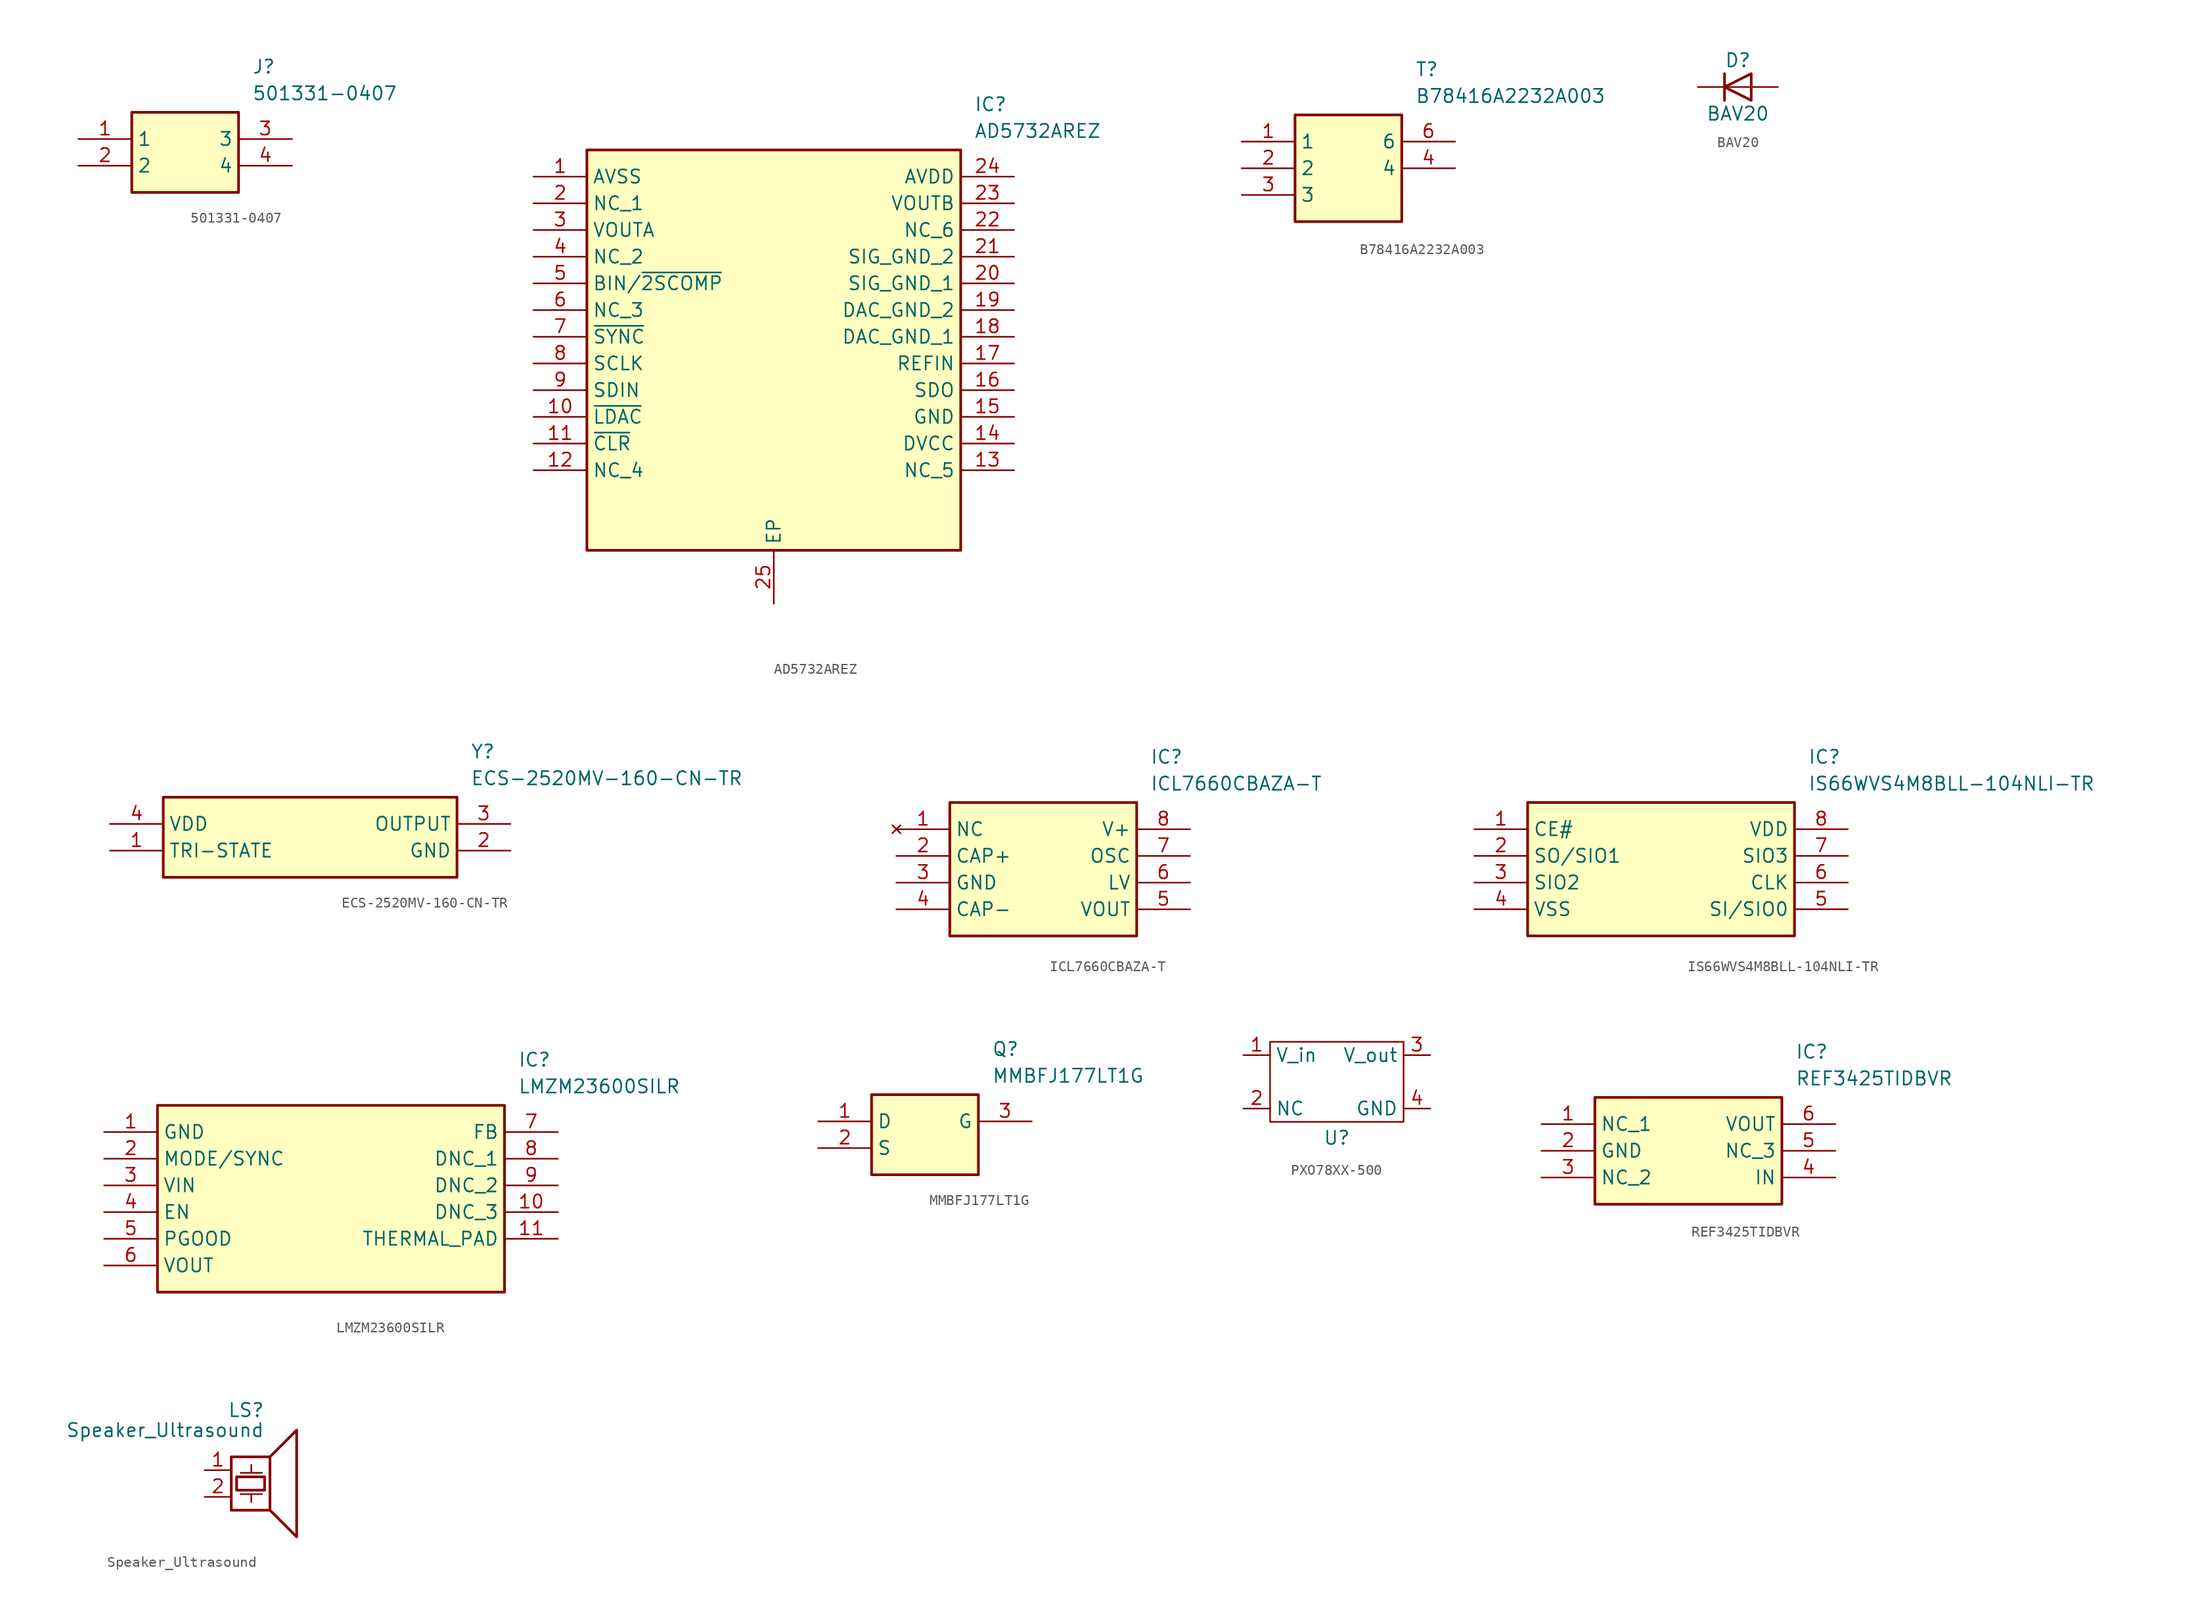
<source format=kicad_sym>
(kicad_symbol_lib
  (version 20231120)
  (generator "kicad_symbol_editor")
  (generator_version "8.0")
  (symbol "501331-0407"
    (property "Reference" "J"
      (at 16.51 7.62 0)
      (effects (font (size 1.27 1.27)) (justify left top)))
    (property "Value" "501331-0407"
      (at 16.51 5.08 0)
      (effects (font (size 1.27 1.27)) (justify left top)))
    (symbol "501331-0407_1_1"
      (rectangle (start 5.08 2.54) (end 15.24 -5.08) (stroke (width 0.254) (type default)) (fill (type background)))
      (pin passive line (at 0 0 0) (length 5.08) (name "1" (effects (font (size 1.27 1.27)))) (number "1" (effects (font (size 1.27 1.27)))))
      (pin passive line (at 0 -2.54 0) (length 5.08) (name "2" (effects (font (size 1.27 1.27)))) (number "2" (effects (font (size 1.27 1.27)))))
      (pin passive line (at 20.32 0 180) (length 5.08) (name "3" (effects (font (size 1.27 1.27)))) (number "3" (effects (font (size 1.27 1.27)))))
      (pin passive line (at 20.32 -2.54 180) (length 5.08) (name "4" (effects (font (size 1.27 1.27)))) (number "4" (effects (font (size 1.27 1.27)))))))
  (symbol "AD5732AREZ"
    (property "Reference" "IC"
      (at 41.91 7.62 0)
      (effects (font (size 1.27 1.27)) (justify left top)))
    (property "Value" "AD5732AREZ"
      (at 41.91 5.08 0)
      (effects (font (size 1.27 1.27)) (justify left top)))
    (symbol "AD5732AREZ_1_1"
      (rectangle (start 5.08 2.54) (end 40.64 -35.56) (stroke (width 0.254) (type default)) (fill (type background)))
      (pin passive line (at 0 0 0) (length 5.08) (name "AVSS" (effects (font (size 1.27 1.27)))) (number "1" (effects (font (size 1.27 1.27)))))
      (pin passive line (at 0 -22.86 0) (length 5.08) (name "~{LDAC}" (effects (font (size 1.27 1.27)))) (number "10" (effects (font (size 1.27 1.27)))))
      (pin passive line (at 0 -25.4 0) (length 5.08) (name "~{CLR}" (effects (font (size 1.27 1.27)))) (number "11" (effects (font (size 1.27 1.27)))))
      (pin passive line (at 0 -27.94 0) (length 5.08) (name "NC_4" (effects (font (size 1.27 1.27)))) (number "12" (effects (font (size 1.27 1.27)))))
      (pin passive line (at 45.72 -27.94 180) (length 5.08) (name "NC_5" (effects (font (size 1.27 1.27)))) (number "13" (effects (font (size 1.27 1.27)))))
      (pin passive line (at 45.72 -25.4 180) (length 5.08) (name "DVCC" (effects (font (size 1.27 1.27)))) (number "14" (effects (font (size 1.27 1.27)))))
      (pin passive line (at 45.72 -22.86 180) (length 5.08) (name "GND" (effects (font (size 1.27 1.27)))) (number "15" (effects (font (size 1.27 1.27)))))
      (pin passive line (at 45.72 -20.32 180) (length 5.08) (name "SDO" (effects (font (size 1.27 1.27)))) (number "16" (effects (font (size 1.27 1.27)))))
      (pin passive line (at 45.72 -17.78 180) (length 5.08) (name "REFIN" (effects (font (size 1.27 1.27)))) (number "17" (effects (font (size 1.27 1.27)))))
      (pin passive line (at 45.72 -15.24 180) (length 5.08) (name "DAC_GND_1" (effects (font (size 1.27 1.27)))) (number "18" (effects (font (size 1.27 1.27)))))
      (pin passive line (at 45.72 -12.7 180) (length 5.08) (name "DAC_GND_2" (effects (font (size 1.27 1.27)))) (number "19" (effects (font (size 1.27 1.27)))))
      (pin passive line (at 0 -2.54 0) (length 5.08) (name "NC_1" (effects (font (size 1.27 1.27)))) (number "2" (effects (font (size 1.27 1.27)))))
      (pin passive line (at 45.72 -10.16 180) (length 5.08) (name "SIG_GND_1" (effects (font (size 1.27 1.27)))) (number "20" (effects (font (size 1.27 1.27)))))
      (pin passive line (at 45.72 -7.62 180) (length 5.08) (name "SIG_GND_2" (effects (font (size 1.27 1.27)))) (number "21" (effects (font (size 1.27 1.27)))))
      (pin passive line (at 45.72 -5.08 180) (length 5.08) (name "NC_6" (effects (font (size 1.27 1.27)))) (number "22" (effects (font (size 1.27 1.27)))))
      (pin passive line (at 45.72 -2.54 180) (length 5.08) (name "VOUTB" (effects (font (size 1.27 1.27)))) (number "23" (effects (font (size 1.27 1.27)))))
      (pin passive line (at 45.72 0 180) (length 5.08) (name "AVDD" (effects (font (size 1.27 1.27)))) (number "24" (effects (font (size 1.27 1.27)))))
      (pin passive line (at 22.86 -40.64 90) (length 5.08) (name "EP" (effects (font (size 1.27 1.27)))) (number "25" (effects (font (size 1.27 1.27)))))
      (pin passive line (at 0 -5.08 0) (length 5.08) (name "VOUTA" (effects (font (size 1.27 1.27)))) (number "3" (effects (font (size 1.27 1.27)))))
      (pin passive line (at 0 -7.62 0) (length 5.08) (name "NC_2" (effects (font (size 1.27 1.27)))) (number "4" (effects (font (size 1.27 1.27)))))
      (pin passive line (at 0 -10.16 0) (length 5.08) (name "BIN/~{2SCOMP}" (effects (font (size 1.27 1.27)))) (number "5" (effects (font (size 1.27 1.27)))))
      (pin passive line (at 0 -12.7 0) (length 5.08) (name "NC_3" (effects (font (size 1.27 1.27)))) (number "6" (effects (font (size 1.27 1.27)))))
      (pin passive line (at 0 -15.24 0) (length 5.08) (name "~{SYNC}" (effects (font (size 1.27 1.27)))) (number "7" (effects (font (size 1.27 1.27)))))
      (pin passive line (at 0 -17.78 0) (length 5.08) (name "SCLK" (effects (font (size 1.27 1.27)))) (number "8" (effects (font (size 1.27 1.27)))))
      (pin passive line (at 0 -20.32 0) (length 5.08) (name "SDIN" (effects (font (size 1.27 1.27)))) (number "9" (effects (font (size 1.27 1.27)))))))
  (symbol "B78416A2232A003"
    (property "Reference" "T"
      (at 16.51 7.62 0)
      (effects (font (size 1.27 1.27)) (justify left top)))
    (property "Value" "B78416A2232A003"
      (at 16.51 5.08 0)
      (effects (font (size 1.27 1.27)) (justify left top)))
    (symbol "B78416A2232A003_1_1"
      (rectangle (start 5.08 2.54) (end 15.24 -7.62) (stroke (width 0.254) (type default)) (fill (type background)))
      (pin passive line (at 0 0 0) (length 5.08) (name "1" (effects (font (size 1.27 1.27)))) (number "1" (effects (font (size 1.27 1.27)))))
      (pin passive line (at 0 -2.54 0) (length 5.08) (name "2" (effects (font (size 1.27 1.27)))) (number "2" (effects (font (size 1.27 1.27)))))
      (pin passive line (at 0 -5.08 0) (length 5.08) (name "3" (effects (font (size 1.27 1.27)))) (number "3" (effects (font (size 1.27 1.27)))))
      (pin passive line (at 20.32 -2.54 180) (length 5.08) (name "4" (effects (font (size 1.27 1.27)))) (number "4" (effects (font (size 1.27 1.27)))))
      (pin passive line (at 20.32 0 180) (length 5.08) (name "6" (effects (font (size 1.27 1.27)))) (number "6" (effects (font (size 1.27 1.27)))))))
  (symbol "BAV20"
    (pin_numbers hide)
    (pin_names hide)
    (property "Reference" "D"
      (at 0 2.54 0)
      (effects (font (size 1.27 1.27))))
    (property "Value" "BAV20"
      (at 0 -2.54 0)
      (effects (font (size 1.27 1.27))))
    (symbol "BAV20_0_1"
      (polyline (pts (xy -1.27 1.27) (xy -1.27 -1.27)) (stroke (width 0.254) (type default)) (fill (type none)))
      (polyline (pts (xy 1.27 0) (xy -1.27 0)) (stroke (width 0) (type default)) (fill (type none)))
      (polyline (pts (xy 1.27 1.27) (xy 1.27 -1.27) (xy -1.27 0) (xy 1.27 1.27)) (stroke (width 0.254) (type default)) (fill (type none))))
    (symbol "BAV20_1_1"
      (pin passive line (at -3.81 0 0) (length 2.54) (name "K" (effects (font (size 1.27 1.27)))) (number "1" (effects (font (size 1.27 1.27)))))
      (pin passive line (at 3.81 0 180) (length 2.54) (name "A" (effects (font (size 1.27 1.27)))) (number "2" (effects (font (size 1.27 1.27)))))))
  (symbol "ECS-2520MV-160-CN-TR"
    (property "Reference" "Y"
      (at 34.29 7.62 0)
      (effects (font (size 1.27 1.27)) (justify left top)))
    (property "Value" "ECS-2520MV-160-CN-TR"
      (at 34.29 5.08 0)
      (effects (font (size 1.27 1.27)) (justify left top)))
    (symbol "ECS-2520MV-160-CN-TR_1_1"
      (rectangle (start 5.08 2.54) (end 33.02 -5.08) (stroke (width 0.254) (type default)) (fill (type background)))
      (pin passive line (at 0 -2.54 0) (length 5.08) (name "TRI-STATE" (effects (font (size 1.27 1.27)))) (number "1" (effects (font (size 1.27 1.27)))))
      (pin passive line (at 38.1 -2.54 180) (length 5.08) (name "GND" (effects (font (size 1.27 1.27)))) (number "2" (effects (font (size 1.27 1.27)))))
      (pin passive line (at 38.1 0 180) (length 5.08) (name "OUTPUT" (effects (font (size 1.27 1.27)))) (number "3" (effects (font (size 1.27 1.27)))))
      (pin passive line (at 0 0 0) (length 5.08) (name "VDD" (effects (font (size 1.27 1.27)))) (number "4" (effects (font (size 1.27 1.27)))))))
  (symbol "ICL7660CBAZA-T"
    (property "Reference" "IC"
      (at 24.13 7.62 0)
      (effects (font (size 1.27 1.27)) (justify left top)))
    (property "Value" "ICL7660CBAZA-T"
      (at 24.13 5.08 0)
      (effects (font (size 1.27 1.27)) (justify left top)))
    (symbol "ICL7660CBAZA-T_1_1"
      (rectangle (start 5.08 2.54) (end 22.86 -10.16) (stroke (width 0.254) (type default)) (fill (type background)))
      (pin no_connect line (at 0 0 0) (length 5.08) (name "NC" (effects (font (size 1.27 1.27)))) (number "1" (effects (font (size 1.27 1.27)))))
      (pin passive line (at 0 -2.54 0) (length 5.08) (name "CAP+" (effects (font (size 1.27 1.27)))) (number "2" (effects (font (size 1.27 1.27)))))
      (pin passive line (at 0 -5.08 0) (length 5.08) (name "GND" (effects (font (size 1.27 1.27)))) (number "3" (effects (font (size 1.27 1.27)))))
      (pin passive line (at 0 -7.62 0) (length 5.08) (name "CAP-" (effects (font (size 1.27 1.27)))) (number "4" (effects (font (size 1.27 1.27)))))
      (pin passive line (at 27.94 -7.62 180) (length 5.08) (name "VOUT" (effects (font (size 1.27 1.27)))) (number "5" (effects (font (size 1.27 1.27)))))
      (pin passive line (at 27.94 -5.08 180) (length 5.08) (name "LV" (effects (font (size 1.27 1.27)))) (number "6" (effects (font (size 1.27 1.27)))))
      (pin passive line (at 27.94 -2.54 180) (length 5.08) (name "OSC" (effects (font (size 1.27 1.27)))) (number "7" (effects (font (size 1.27 1.27)))))
      (pin passive line (at 27.94 0 180) (length 5.08) (name "V+" (effects (font (size 1.27 1.27)))) (number "8" (effects (font (size 1.27 1.27)))))))
  (symbol "IS66WVS4M8BLL-104NLI-TR"
    (property "Reference" "IC"
      (at 31.75 7.62 0)
      (effects (font (size 1.27 1.27)) (justify left top)))
    (property "Value" "IS66WVS4M8BLL-104NLI-TR"
      (at 31.75 5.08 0)
      (effects (font (size 1.27 1.27)) (justify left top)))
    (symbol "IS66WVS4M8BLL-104NLI-TR_1_1"
      (rectangle (start 5.08 2.54) (end 30.48 -10.16) (stroke (width 0.254) (type default)) (fill (type background)))
      (pin passive line (at 0 0 0) (length 5.08) (name "CE#" (effects (font (size 1.27 1.27)))) (number "1" (effects (font (size 1.27 1.27)))))
      (pin passive line (at 0 -2.54 0) (length 5.08) (name "SO/SIO1" (effects (font (size 1.27 1.27)))) (number "2" (effects (font (size 1.27 1.27)))))
      (pin passive line (at 0 -5.08 0) (length 5.08) (name "SIO2" (effects (font (size 1.27 1.27)))) (number "3" (effects (font (size 1.27 1.27)))))
      (pin passive line (at 0 -7.62 0) (length 5.08) (name "VSS" (effects (font (size 1.27 1.27)))) (number "4" (effects (font (size 1.27 1.27)))))
      (pin passive line (at 35.56 -7.62 180) (length 5.08) (name "SI/SIO0" (effects (font (size 1.27 1.27)))) (number "5" (effects (font (size 1.27 1.27)))))
      (pin passive line (at 35.56 -5.08 180) (length 5.08) (name "CLK" (effects (font (size 1.27 1.27)))) (number "6" (effects (font (size 1.27 1.27)))))
      (pin passive line (at 35.56 -2.54 180) (length 5.08) (name "SIO3" (effects (font (size 1.27 1.27)))) (number "7" (effects (font (size 1.27 1.27)))))
      (pin passive line (at 35.56 0 180) (length 5.08) (name "VDD" (effects (font (size 1.27 1.27)))) (number "8" (effects (font (size 1.27 1.27)))))))
  (symbol "LMZM23600SILR"
    (property "Reference" "IC"
      (at 39.37 7.62 0)
      (effects (font (size 1.27 1.27)) (justify left top)))
    (property "Value" "LMZM23600SILR"
      (at 39.37 5.08 0)
      (effects (font (size 1.27 1.27)) (justify left top)))
    (symbol "LMZM23600SILR_1_1"
      (rectangle (start 5.08 2.54) (end 38.1 -15.24) (stroke (width 0.254) (type default)) (fill (type background)))
      (pin passive line (at 0 0 0) (length 5.08) (name "GND" (effects (font (size 1.27 1.27)))) (number "1" (effects (font (size 1.27 1.27)))))
      (pin passive line (at 43.18 -7.62 180) (length 5.08) (name "DNC_3" (effects (font (size 1.27 1.27)))) (number "10" (effects (font (size 1.27 1.27)))))
      (pin passive line (at 43.18 -10.16 180) (length 5.08) (name "THERMAL_PAD" (effects (font (size 1.27 1.27)))) (number "11" (effects (font (size 1.27 1.27)))))
      (pin passive line (at 0 -2.54 0) (length 5.08) (name "MODE/SYNC" (effects (font (size 1.27 1.27)))) (number "2" (effects (font (size 1.27 1.27)))))
      (pin passive line (at 0 -5.08 0) (length 5.08) (name "VIN" (effects (font (size 1.27 1.27)))) (number "3" (effects (font (size 1.27 1.27)))))
      (pin passive line (at 0 -7.62 0) (length 5.08) (name "EN" (effects (font (size 1.27 1.27)))) (number "4" (effects (font (size 1.27 1.27)))))
      (pin passive line (at 0 -10.16 0) (length 5.08) (name "PGOOD" (effects (font (size 1.27 1.27)))) (number "5" (effects (font (size 1.27 1.27)))))
      (pin passive line (at 0 -12.7 0) (length 5.08) (name "VOUT" (effects (font (size 1.27 1.27)))) (number "6" (effects (font (size 1.27 1.27)))))
      (pin passive line (at 43.18 0 180) (length 5.08) (name "FB" (effects (font (size 1.27 1.27)))) (number "7" (effects (font (size 1.27 1.27)))))
      (pin passive line (at 43.18 -2.54 180) (length 5.08) (name "DNC_1" (effects (font (size 1.27 1.27)))) (number "8" (effects (font (size 1.27 1.27)))))
      (pin passive line (at 43.18 -5.08 180) (length 5.08) (name "DNC_2" (effects (font (size 1.27 1.27)))) (number "9" (effects (font (size 1.27 1.27)))))))
  (symbol "MMBFJ177LT1G"
    (property "Reference" "Q"
      (at 16.51 7.62 0)
      (effects (font (size 1.27 1.27)) (justify left top)))
    (property "Value" "MMBFJ177LT1G"
      (at 16.51 5.08 0)
      (effects (font (size 1.27 1.27)) (justify left top)))
    (symbol "MMBFJ177LT1G_1_1"
      (rectangle (start 5.08 2.54) (end 15.24 -5.08) (stroke (width 0.254) (type default)) (fill (type background)))
      (pin passive line (at 0 0 0) (length 5.08) (name "D" (effects (font (size 1.27 1.27)))) (number "1" (effects (font (size 1.27 1.27)))))
      (pin passive line (at 0 -2.54 0) (length 5.08) (name "S" (effects (font (size 1.27 1.27)))) (number "2" (effects (font (size 1.27 1.27)))))
      (pin passive line (at 20.32 0 180) (length 5.08) (name "G" (effects (font (size 1.27 1.27)))) (number "3" (effects (font (size 1.27 1.27)))))))
  (symbol "PXO78XX-500"
    (property "Reference" "U"
      (at 6.35 8.636 0)
      (effects (font (size 1.27 1.27))))
    (property "Value" ""
      (at 0 8.89 0)
      (effects (font (size 1.27 1.27))))
    (symbol "PXO78XX-500_0_1"
      (rectangle (start 0 17.78) (end 12.7 10.16) (stroke (width 0) (type default)) (fill (type none))))
    (symbol "PXO78XX-500_1_1"
      (pin input line (at -2.54 16.51 0) (length 2.54) (name "V_in" (effects (font (size 1.27 1.27)))) (number "1" (effects (font (size 1.27 1.27)))))
      (pin input line (at -2.54 11.43 0) (length 2.54) (name "NC" (effects (font (size 1.27 1.27)))) (number "2" (effects (font (size 1.27 1.27)))))
      (pin output line (at 15.24 16.51 180) (length 2.54) (name "V_out" (effects (font (size 1.27 1.27)))) (number "3" (effects (font (size 1.27 1.27)))))
      (pin input line (at 15.24 11.43 180) (length 2.54) (name "GND" (effects (font (size 1.27 1.27)))) (number "4" (effects (font (size 1.27 1.27)))))))
  (symbol "REF3425TIDBVR"
    (property "Reference" "IC"
      (at 24.13 7.62 0)
      (effects (font (size 1.27 1.27)) (justify left top)))
    (property "Value" "REF3425TIDBVR"
      (at 24.13 5.08 0)
      (effects (font (size 1.27 1.27)) (justify left top)))
    (symbol "REF3425TIDBVR_1_1"
      (rectangle (start 5.08 2.54) (end 22.86 -7.62) (stroke (width 0.254) (type default)) (fill (type background)))
      (pin passive line (at 0 0 0) (length 5.08) (name "NC_1" (effects (font (size 1.27 1.27)))) (number "1" (effects (font (size 1.27 1.27)))))
      (pin passive line (at 0 -2.54 0) (length 5.08) (name "GND" (effects (font (size 1.27 1.27)))) (number "2" (effects (font (size 1.27 1.27)))))
      (pin passive line (at 0 -5.08 0) (length 5.08) (name "NC_2" (effects (font (size 1.27 1.27)))) (number "3" (effects (font (size 1.27 1.27)))))
      (pin passive line (at 27.94 -5.08 180) (length 5.08) (name "IN" (effects (font (size 1.27 1.27)))) (number "4" (effects (font (size 1.27 1.27)))))
      (pin passive line (at 27.94 -2.54 180) (length 5.08) (name "NC_3" (effects (font (size 1.27 1.27)))) (number "5" (effects (font (size 1.27 1.27)))))
      (pin passive line (at 27.94 0 180) (length 5.08) (name "VOUT" (effects (font (size 1.27 1.27)))) (number "6" (effects (font (size 1.27 1.27)))))))
  (symbol "Speaker_Ultrasound"
    (pin_names
      (offset 0) hide)
    (property "Reference" "LS"
      (at 0.635 5.715 0)
      (effects (font (size 1.27 1.27)) (justify right)))
    (property "Value" "Speaker_Ultrasound"
      (at 0.635 3.81 0)
      (effects (font (size 1.27 1.27)) (justify right)))
    (symbol "Speaker_Ultrasound_0_0"
      (rectangle (start -2.54 1.27) (end 1.143 -3.81) (stroke (width 0.254) (type default)) (fill (type none)))
      (rectangle (start -2.032 -0.635) (end 0.635 -1.905) (stroke (width 0.254) (type default)) (fill (type none)))
      (polyline (pts (xy -1.651 -2.286) (xy 0.381 -2.286)) (stroke (width 0) (type default)) (fill (type none)))
      (polyline (pts (xy -1.651 -0.254) (xy 0.381 -0.254)) (stroke (width 0) (type default)) (fill (type none)))
      (polyline (pts (xy -0.635 -2.286) (xy -0.635 -3.048)) (stroke (width 0) (type default)) (fill (type none)))
      (polyline (pts (xy -0.635 -0.254) (xy -0.635 0.508)) (stroke (width 0) (type default)) (fill (type none)))
      (polyline (pts (xy 1.143 1.27) (xy 3.683 3.81) (xy 3.683 -6.35) (xy 1.143 -3.81)) (stroke (width 0.254) (type default)) (fill (type none))))
    (symbol "Speaker_Ultrasound_1_1"
      (pin input line (at -5.08 0 0) (length 2.54) (name "1" (effects (font (size 1.27 1.27)))) (number "1" (effects (font (size 1.27 1.27)))))
      (pin input line (at -5.08 -2.54 0) (length 2.54) (name "2" (effects (font (size 1.27 1.27)))) (number "2" (effects (font (size 1.27 1.27))))))))
</source>
